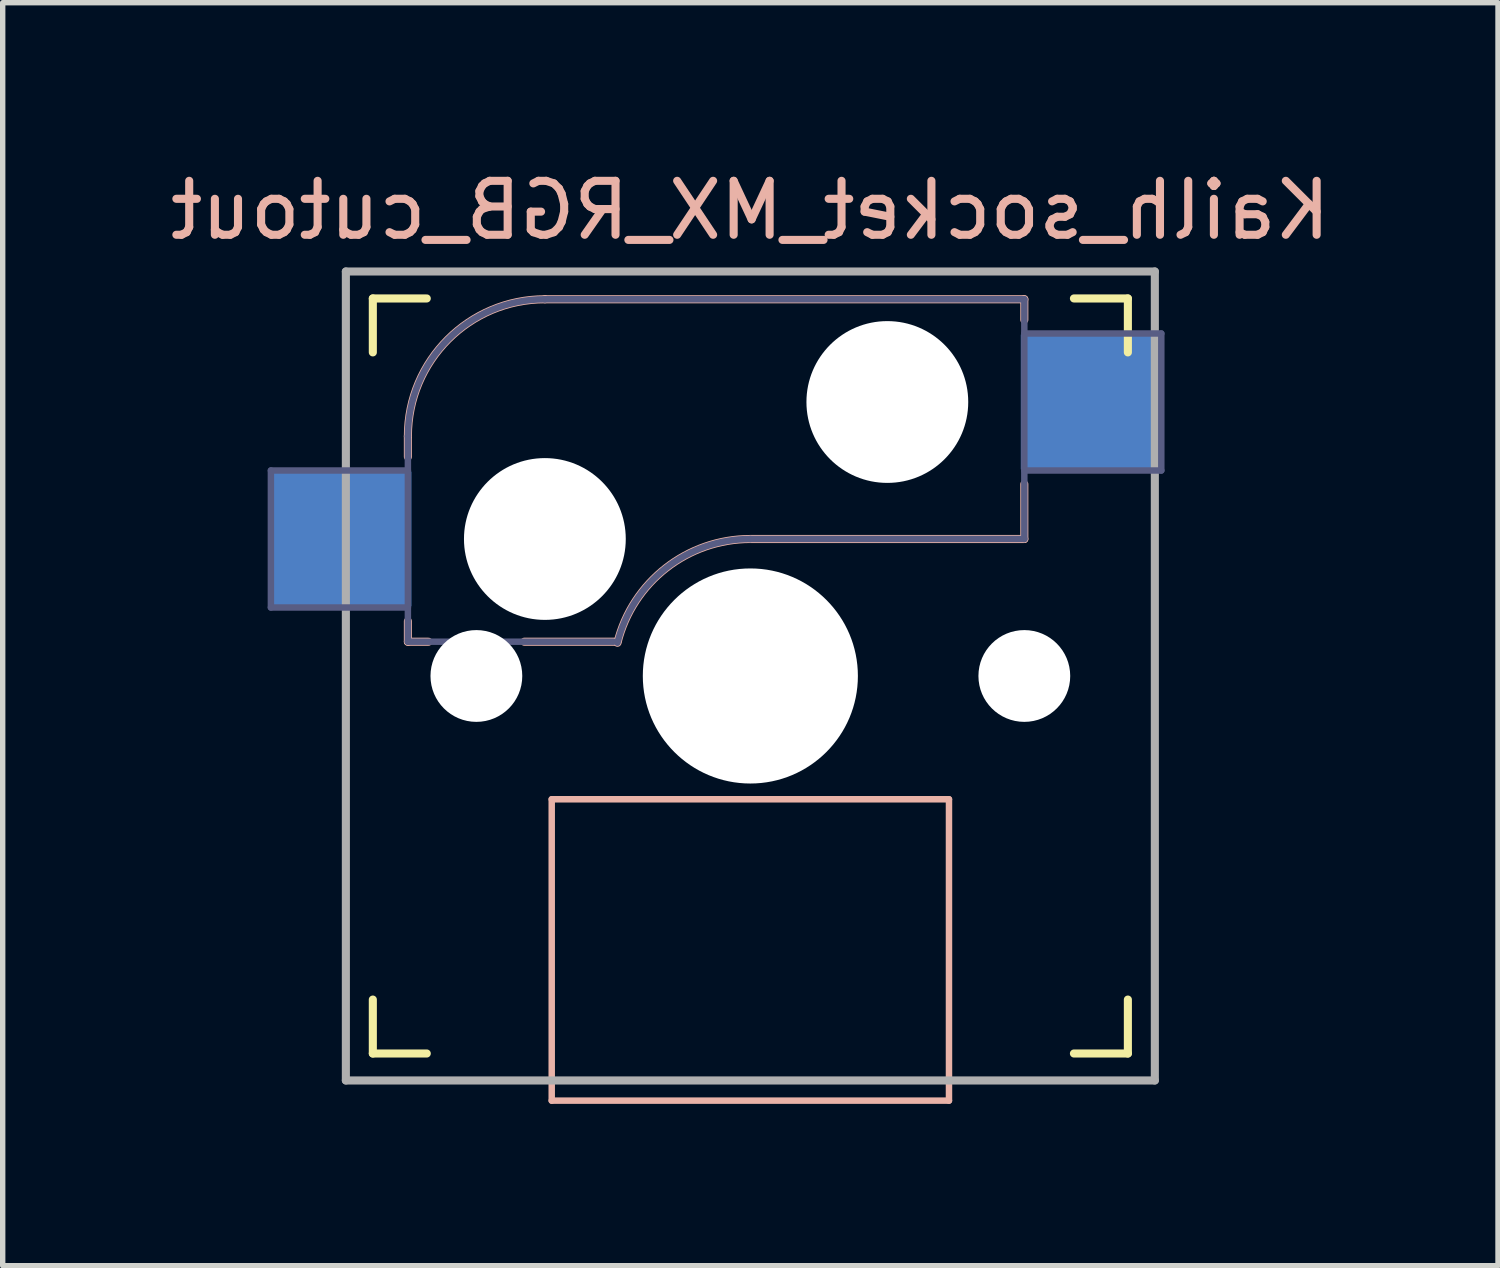
<source format=kicad_pcb>
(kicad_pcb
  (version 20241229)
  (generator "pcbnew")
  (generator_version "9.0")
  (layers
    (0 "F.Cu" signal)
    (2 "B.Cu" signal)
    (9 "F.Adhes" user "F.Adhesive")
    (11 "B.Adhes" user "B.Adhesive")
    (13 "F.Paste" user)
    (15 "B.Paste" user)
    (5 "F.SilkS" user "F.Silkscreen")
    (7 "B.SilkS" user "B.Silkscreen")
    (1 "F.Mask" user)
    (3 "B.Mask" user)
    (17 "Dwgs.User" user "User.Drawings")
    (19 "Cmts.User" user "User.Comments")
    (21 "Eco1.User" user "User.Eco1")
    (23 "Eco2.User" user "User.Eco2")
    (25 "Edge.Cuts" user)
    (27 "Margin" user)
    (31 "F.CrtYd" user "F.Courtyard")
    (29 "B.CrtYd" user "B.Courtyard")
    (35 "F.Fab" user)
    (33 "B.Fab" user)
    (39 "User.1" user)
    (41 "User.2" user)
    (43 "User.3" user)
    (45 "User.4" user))
  (footprint "Kailh_socket_MX_RGB_cutout"
    (layer "F.Cu")
    (at 10.863 9.484)
    (property "Reference" "Kailh_socket_MX_RGB_cutout" (at 0 -8.636 0) (layer "B.SilkS") (effects (font (size 1 1) (thickness 0.15)) (justify mirror)))
    (attr through_hole)
    (fp_line (start -7 -6) (end -7 -7) (stroke (width 0.15) (type solid)) (layer "F.SilkS"))
    (fp_line (start -7 7) (end -7 6) (stroke (width 0.15) (type solid)) (layer "F.SilkS"))
    (fp_line (start -7 7) (end -6 7) (stroke (width 0.15) (type solid)) (layer "F.SilkS"))
    (fp_line (start -6 -7) (end -7 -7) (stroke (width 0.15) (type solid)) (layer "F.SilkS"))
    (fp_line (start 6 7) (end 7 7) (stroke (width 0.15) (type solid)) (layer "F.SilkS"))
    (fp_line (start 7 -7) (end 6 -7) (stroke (width 0.15) (type solid)) (layer "F.SilkS"))
    (fp_line (start 7 -7) (end 7 -6) (stroke (width 0.15) (type solid)) (layer "F.SilkS"))
    (fp_line (start 7 6) (end 7 7) (stroke (width 0.15) (type solid)) (layer "F.SilkS"))
    (fp_line (start -6.35 -4.445) (end -6.35 -4.064) (stroke (width 0.15) (type solid)) (layer "B.SilkS"))
    (fp_line (start -6.35 -1.016) (end -6.35 -0.635) (stroke (width 0.15) (type solid)) (layer "B.SilkS"))
    (fp_line (start -5.969 -0.635) (end -6.35 -0.635) (stroke (width 0.15) (type solid)) (layer "B.SilkS"))
    (fp_line (start -3.81 -6.985) (end 5.08 -6.985) (stroke (width 0.15) (type solid)) (layer "B.SilkS"))
    (fp_line (start -3.683 2.286) (end 3.683 2.286) (stroke (width 0.12) (type solid)) (layer "B.SilkS"))
    (fp_line (start -3.683 7.874) (end -3.683 2.286) (stroke (width 0.12) (type solid)) (layer "B.SilkS"))
    (fp_line (start -3.683 7.874) (end 3.683 7.874) (stroke (width 0.12) (type solid)) (layer "B.SilkS"))
    (fp_line (start -2.464 -0.635) (end -4.191 -0.635) (stroke (width 0.15) (type solid)) (layer "B.SilkS"))
    (fp_line (start 3.683 7.874) (end 3.683 2.286) (stroke (width 0.12) (type solid)) (layer "B.SilkS"))
    (fp_line (start 5.08 -6.985) (end 5.08 -6.604) (stroke (width 0.15) (type solid)) (layer "B.SilkS"))
    (fp_line (start 5.08 -3.556) (end 5.08 -2.54) (stroke (width 0.15) (type solid)) (layer "B.SilkS"))
    (fp_line (start 5.08 -2.54) (end 0 -2.54) (stroke (width 0.15) (type solid)) (layer "B.SilkS"))
    (fp_arc (start -6.35 -4.445) (mid -5.606051 -6.241051) (end -3.81 -6.985) (stroke (width 0.15) (type solid)) (layer "B.SilkS"))
    (fp_arc (start -2.464162 -0.61604) (mid -1.563147 -2.002042) (end 0 -2.54) (stroke (width 0.15) (type solid)) (layer "B.SilkS"))
    (fp_line (start -6.9 6.9) (end -6.9 -6.9) (stroke (width 0.15) (type solid)) (layer "Eco2.User"))
    (fp_line (start -6.9 6.9) (end 6.9 6.9) (stroke (width 0.15) (type solid)) (layer "Eco2.User"))
    (fp_line (start 6.9 -6.9) (end -6.9 -6.9) (stroke (width 0.15) (type solid)) (layer "Eco2.User"))
    (fp_line (start 6.9 -6.9) (end 6.9 6.9) (stroke (width 0.15) (type solid)) (layer "Eco2.User"))
    (fp_line (start -8.89 -3.81) (end -6.35 -3.81) (stroke (width 0.12) (type solid)) (layer "B.Fab"))
    (fp_line (start -8.89 -1.27) (end -8.89 -3.81) (stroke (width 0.12) (type solid)) (layer "B.Fab"))
    (fp_line (start -6.35 -1.27) (end -8.89 -1.27) (stroke (width 0.12) (type solid)) (layer "B.Fab"))
    (fp_line (start -6.35 -0.635) (end -6.35 -4.445) (stroke (width 0.12) (type solid)) (layer "B.Fab"))
    (fp_line (start -6.35 -0.635) (end -2.54 -0.635) (stroke (width 0.12) (type solid)) (layer "B.Fab"))
    (fp_line (start -3.81 -6.985) (end 5.08 -6.985) (stroke (width 0.12) (type solid)) (layer "B.Fab"))
    (fp_line (start 5.08 -6.985) (end 5.08 -2.54) (stroke (width 0.12) (type solid)) (layer "B.Fab"))
    (fp_line (start 5.08 -6.35) (end 7.62 -6.35) (stroke (width 0.12) (type solid)) (layer "B.Fab"))
    (fp_line (start 5.08 -2.54) (end 0 -2.54) (stroke (width 0.12) (type solid)) (layer "B.Fab"))
    (fp_line (start 7.62 -6.35) (end 7.62 -3.81) (stroke (width 0.12) (type solid)) (layer "B.Fab"))
    (fp_line (start 7.62 -3.81) (end 5.08 -3.81) (stroke (width 0.12) (type solid)) (layer "B.Fab"))
    (fp_arc (start -6.35 -4.445) (mid -5.606051 -6.241051) (end -3.81 -6.985) (stroke (width 0.12) (type solid)) (layer "B.Fab"))
    (fp_arc (start -2.464162 -0.61604) (mid -1.563147 -2.002042) (end 0 -2.54) (stroke (width 0.12) (type solid)) (layer "B.Fab"))
    (fp_line (start -7.5 -7.5) (end 7.5 -7.5) (stroke (width 0.15) (type solid)) (layer "F.Fab"))
    (fp_line (start -7.5 7.5) (end -7.5 -7.5) (stroke (width 0.15) (type solid)) (layer "F.Fab"))
    (fp_line (start 7.5 -7.5) (end 7.5 7.5) (stroke (width 0.15) (type solid)) (layer "F.Fab"))
    (fp_line (start 7.5 7.5) (end -7.5 7.5) (stroke (width 0.15) (type solid)) (layer "F.Fab"))
    (pad "" np_thru_hole circle (at -5.08 0) (size 1.702 1.702) (drill 1.702) (layers "*.Cu" "*.Mask"))
    (pad "" np_thru_hole circle (at -3.81 -2.54) (size 3 3) (drill 3) (layers "*.Cu" "*.Mask"))
    (pad "" np_thru_hole circle (at 0 0) (size 3.988 3.988) (drill 3.988) (layers "*.Cu" "*.Mask"))
    (pad "" np_thru_hole circle (at 2.54 -5.08) (size 3 3) (drill 3) (layers "*.Cu" "*.Mask"))
    (pad "" np_thru_hole circle (at 5.08 0) (size 1.702 1.702) (drill 1.702) (layers "*.Cu" "*.Mask"))
    (pad "1" smd rect (at 6.29 -5.08) (size 2.55 2.5) (layers "B.Cu" "B.Mask" "B.Paste"))
    (pad "2" smd rect (at -7.56 -2.54) (size 2.55 2.5) (layers "B.Cu" "B.Mask" "B.Paste")))
  (gr_rect
    (start -3 -3)
    (end 24.726 20.418)
    (stroke (width 0.1) (type default))
    (fill no)
    (layer "Edge.Cuts")))
</source>
